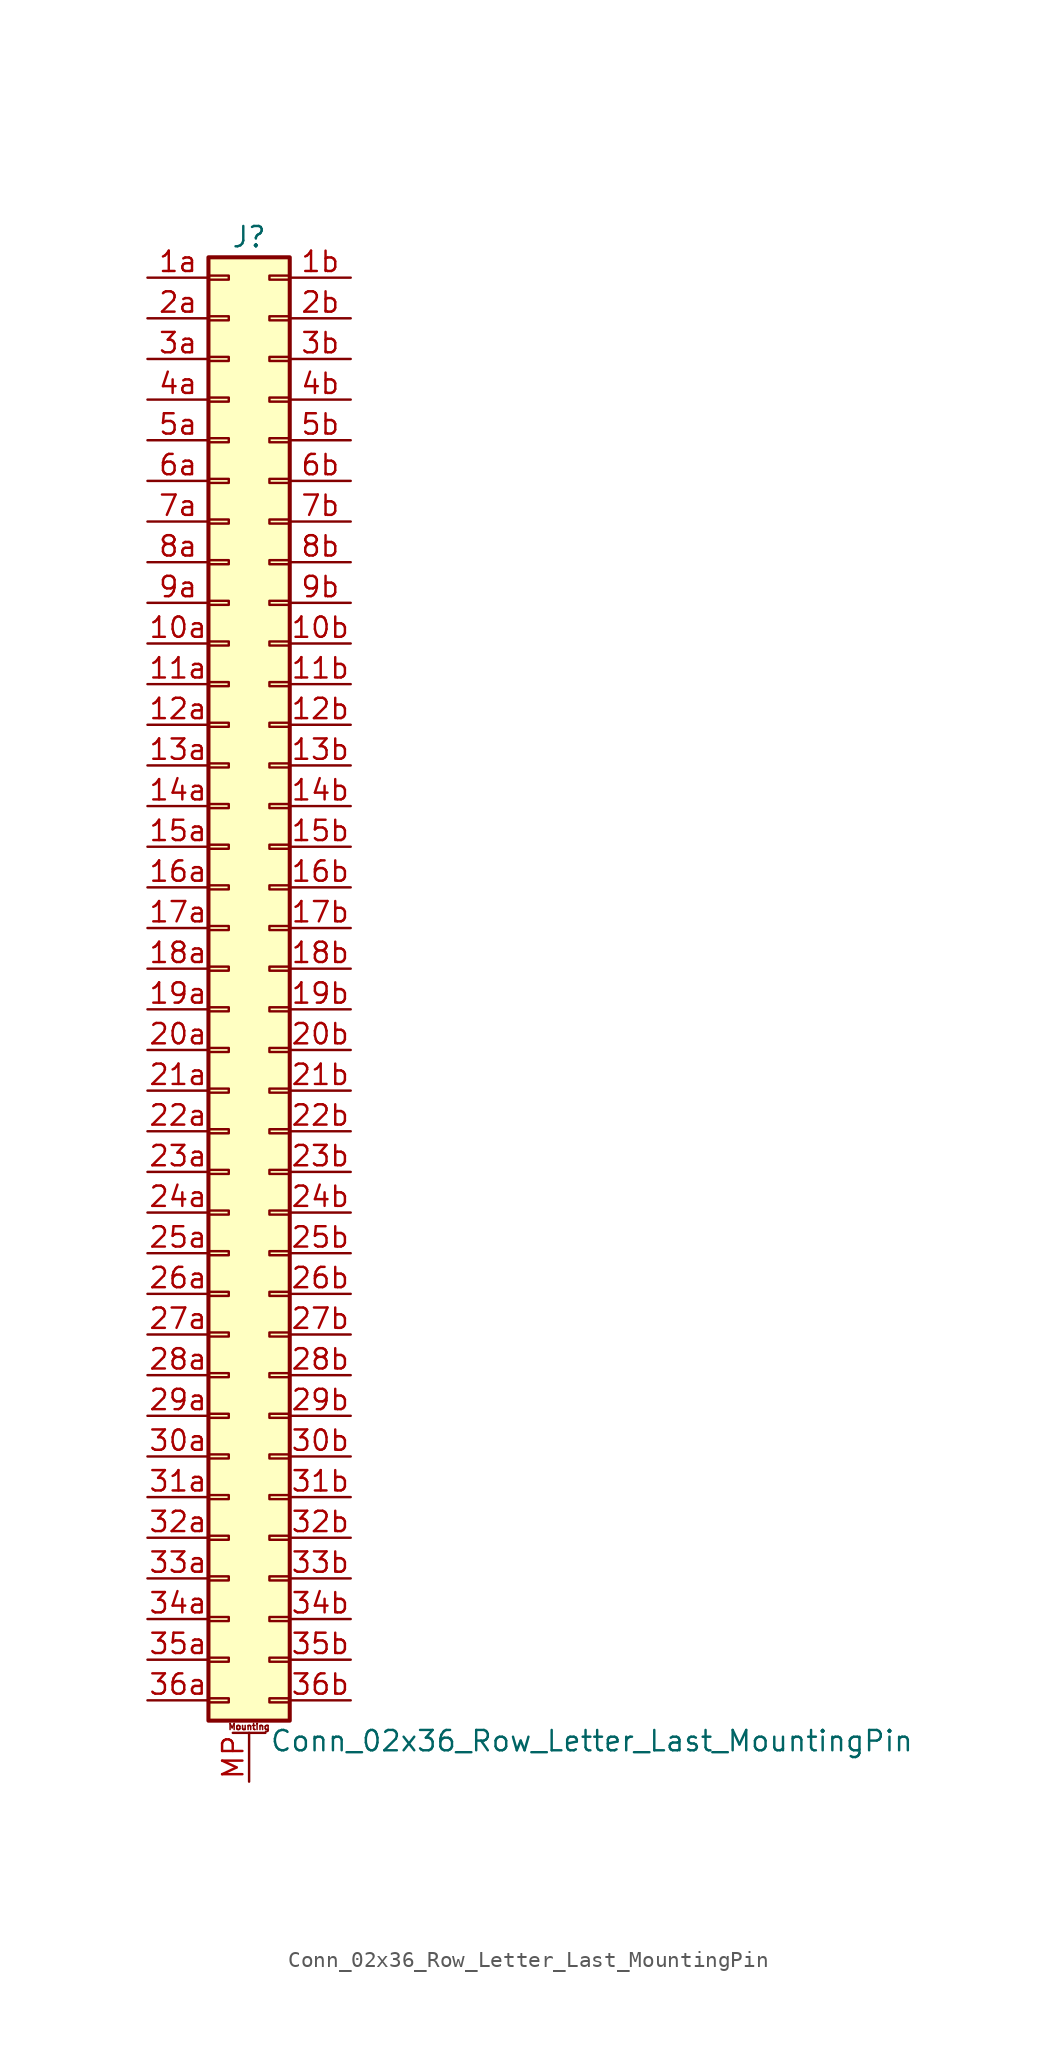
<source format=kicad_sym>
(kicad_symbol_lib
  (version 20201005)
  (generator kicad_symbol_editor)
  (symbol "Conn_02x36_Row_Letter_Last_MountingPin"
    (pin_names
      (offset 1.016) hide)
    (property "Reference" "J"
      (at 1.27 45.72 0)
      (effects (font (size 1.27 1.27))))
    (property "Value" "Conn_02x36_Row_Letter_Last_MountingPin"
      (at 2.54 -48.26 0)
      (effects (font (size 1.27 1.27)) (justify left)))
    (symbol "Conn_02x36_Row_Letter_Last_MountingPin_1_1"
      (text "Mounting" (at 1.27 -47.371 0) (effects (font (size 0.381 0.381))))
      (rectangle (start -1.27 -45.593) (end 0 -45.847) (stroke (width 0.152)) (fill (type none)))
      (rectangle (start -1.27 -43.053) (end 0 -43.307) (stroke (width 0.152)) (fill (type none)))
      (rectangle (start -1.27 -40.513) (end 0 -40.767) (stroke (width 0.152)) (fill (type none)))
      (rectangle (start -1.27 -37.973) (end 0 -38.227) (stroke (width 0.152)) (fill (type none)))
      (rectangle (start -1.27 -35.433) (end 0 -35.687) (stroke (width 0.152)) (fill (type none)))
      (rectangle (start -1.27 -32.893) (end 0 -33.147) (stroke (width 0.152)) (fill (type none)))
      (rectangle (start -1.27 -30.353) (end 0 -30.607) (stroke (width 0.152)) (fill (type none)))
      (rectangle (start -1.27 -27.813) (end 0 -28.067) (stroke (width 0.152)) (fill (type none)))
      (rectangle (start -1.27 -25.273) (end 0 -25.527) (stroke (width 0.152)) (fill (type none)))
      (rectangle (start -1.27 -22.733) (end 0 -22.987) (stroke (width 0.152)) (fill (type none)))
      (rectangle (start -1.27 -20.193) (end 0 -20.447) (stroke (width 0.152)) (fill (type none)))
      (rectangle (start -1.27 -17.653) (end 0 -17.907) (stroke (width 0.152)) (fill (type none)))
      (rectangle (start -1.27 -15.113) (end 0 -15.367) (stroke (width 0.152)) (fill (type none)))
      (rectangle (start -1.27 -12.573) (end 0 -12.827) (stroke (width 0.152)) (fill (type none)))
      (rectangle (start -1.27 -10.033) (end 0 -10.287) (stroke (width 0.152)) (fill (type none)))
      (rectangle (start -1.27 -7.493) (end 0 -7.747) (stroke (width 0.152)) (fill (type none)))
      (rectangle (start -1.27 -4.953) (end 0 -5.207) (stroke (width 0.152)) (fill (type none)))
      (rectangle (start -1.27 -2.413) (end 0 -2.667) (stroke (width 0.152)) (fill (type none)))
      (rectangle (start -1.27 0.127) (end 0 -0.127) (stroke (width 0.152)) (fill (type none)))
      (rectangle (start -1.27 2.667) (end 0 2.413) (stroke (width 0.152)) (fill (type none)))
      (rectangle (start -1.27 5.207) (end 0 4.953) (stroke (width 0.152)) (fill (type none)))
      (rectangle (start -1.27 7.747) (end 0 7.493) (stroke (width 0.152)) (fill (type none)))
      (rectangle (start -1.27 10.287) (end 0 10.033) (stroke (width 0.152)) (fill (type none)))
      (rectangle (start -1.27 12.827) (end 0 12.573) (stroke (width 0.152)) (fill (type none)))
      (rectangle (start -1.27 15.367) (end 0 15.113) (stroke (width 0.152)) (fill (type none)))
      (rectangle (start -1.27 17.907) (end 0 17.653) (stroke (width 0.152)) (fill (type none)))
      (rectangle (start -1.27 20.447) (end 0 20.193) (stroke (width 0.152)) (fill (type none)))
      (rectangle (start -1.27 22.987) (end 0 22.733) (stroke (width 0.152)) (fill (type none)))
      (rectangle (start -1.27 25.527) (end 0 25.273) (stroke (width 0.152)) (fill (type none)))
      (rectangle (start -1.27 28.067) (end 0 27.813) (stroke (width 0.152)) (fill (type none)))
      (rectangle (start -1.27 30.607) (end 0 30.353) (stroke (width 0.152)) (fill (type none)))
      (rectangle (start -1.27 33.147) (end 0 32.893) (stroke (width 0.152)) (fill (type none)))
      (rectangle (start -1.27 35.687) (end 0 35.433) (stroke (width 0.152)) (fill (type none)))
      (rectangle (start -1.27 38.227) (end 0 37.973) (stroke (width 0.152)) (fill (type none)))
      (rectangle (start -1.27 40.767) (end 0 40.513) (stroke (width 0.152)) (fill (type none)))
      (rectangle (start -1.27 43.307) (end 0 43.053) (stroke (width 0.152)) (fill (type none)))
      (rectangle (start -1.27 44.45) (end 3.81 -46.99) (stroke (width 0.254)) (fill (type background)))
      (rectangle (start 3.81 -45.593) (end 2.54 -45.847) (stroke (width 0.152)) (fill (type none)))
      (rectangle (start 3.81 -43.053) (end 2.54 -43.307) (stroke (width 0.152)) (fill (type none)))
      (rectangle (start 3.81 -40.513) (end 2.54 -40.767) (stroke (width 0.152)) (fill (type none)))
      (rectangle (start 3.81 -37.973) (end 2.54 -38.227) (stroke (width 0.152)) (fill (type none)))
      (rectangle (start 3.81 -35.433) (end 2.54 -35.687) (stroke (width 0.152)) (fill (type none)))
      (rectangle (start 3.81 -32.893) (end 2.54 -33.147) (stroke (width 0.152)) (fill (type none)))
      (rectangle (start 3.81 -30.353) (end 2.54 -30.607) (stroke (width 0.152)) (fill (type none)))
      (rectangle (start 3.81 -27.813) (end 2.54 -28.067) (stroke (width 0.152)) (fill (type none)))
      (rectangle (start 3.81 -25.273) (end 2.54 -25.527) (stroke (width 0.152)) (fill (type none)))
      (rectangle (start 3.81 -22.733) (end 2.54 -22.987) (stroke (width 0.152)) (fill (type none)))
      (rectangle (start 3.81 -20.193) (end 2.54 -20.447) (stroke (width 0.152)) (fill (type none)))
      (rectangle (start 3.81 -17.653) (end 2.54 -17.907) (stroke (width 0.152)) (fill (type none)))
      (rectangle (start 3.81 -15.113) (end 2.54 -15.367) (stroke (width 0.152)) (fill (type none)))
      (rectangle (start 3.81 -12.573) (end 2.54 -12.827) (stroke (width 0.152)) (fill (type none)))
      (rectangle (start 3.81 -10.033) (end 2.54 -10.287) (stroke (width 0.152)) (fill (type none)))
      (rectangle (start 3.81 -7.493) (end 2.54 -7.747) (stroke (width 0.152)) (fill (type none)))
      (rectangle (start 3.81 -4.953) (end 2.54 -5.207) (stroke (width 0.152)) (fill (type none)))
      (rectangle (start 3.81 -2.413) (end 2.54 -2.667) (stroke (width 0.152)) (fill (type none)))
      (rectangle (start 3.81 0.127) (end 2.54 -0.127) (stroke (width 0.152)) (fill (type none)))
      (rectangle (start 3.81 2.667) (end 2.54 2.413) (stroke (width 0.152)) (fill (type none)))
      (rectangle (start 3.81 5.207) (end 2.54 4.953) (stroke (width 0.152)) (fill (type none)))
      (rectangle (start 3.81 7.747) (end 2.54 7.493) (stroke (width 0.152)) (fill (type none)))
      (rectangle (start 3.81 10.287) (end 2.54 10.033) (stroke (width 0.152)) (fill (type none)))
      (rectangle (start 3.81 12.827) (end 2.54 12.573) (stroke (width 0.152)) (fill (type none)))
      (rectangle (start 3.81 15.367) (end 2.54 15.113) (stroke (width 0.152)) (fill (type none)))
      (rectangle (start 3.81 17.907) (end 2.54 17.653) (stroke (width 0.152)) (fill (type none)))
      (rectangle (start 3.81 20.447) (end 2.54 20.193) (stroke (width 0.152)) (fill (type none)))
      (rectangle (start 3.81 22.987) (end 2.54 22.733) (stroke (width 0.152)) (fill (type none)))
      (rectangle (start 3.81 25.527) (end 2.54 25.273) (stroke (width 0.152)) (fill (type none)))
      (rectangle (start 3.81 28.067) (end 2.54 27.813) (stroke (width 0.152)) (fill (type none)))
      (rectangle (start 3.81 30.607) (end 2.54 30.353) (stroke (width 0.152)) (fill (type none)))
      (rectangle (start 3.81 33.147) (end 2.54 32.893) (stroke (width 0.152)) (fill (type none)))
      (rectangle (start 3.81 35.687) (end 2.54 35.433) (stroke (width 0.152)) (fill (type none)))
      (rectangle (start 3.81 38.227) (end 2.54 37.973) (stroke (width 0.152)) (fill (type none)))
      (rectangle (start 3.81 40.767) (end 2.54 40.513) (stroke (width 0.152)) (fill (type none)))
      (rectangle (start 3.81 43.307) (end 2.54 43.053) (stroke (width 0.152)) (fill (type none)))
      (polyline (pts (xy 0.254 -47.752) (xy 2.286 -47.752)) (stroke (width 0.152)) (fill (type none)))
      (pin passive line (at -5.08 20.32 0) (length 3.81) (name "Pin_10a" (effects (font (size 1.27 1.27)))) (number "10a" (effects (font (size 1.27 1.27)))))
      (pin passive line (at 7.62 20.32 180) (length 3.81) (name "Pin_10b" (effects (font (size 1.27 1.27)))) (number "10b" (effects (font (size 1.27 1.27)))))
      (pin passive line (at -5.08 17.78 0) (length 3.81) (name "Pin_11a" (effects (font (size 1.27 1.27)))) (number "11a" (effects (font (size 1.27 1.27)))))
      (pin passive line (at 7.62 17.78 180) (length 3.81) (name "Pin_11b" (effects (font (size 1.27 1.27)))) (number "11b" (effects (font (size 1.27 1.27)))))
      (pin passive line (at -5.08 15.24 0) (length 3.81) (name "Pin_12a" (effects (font (size 1.27 1.27)))) (number "12a" (effects (font (size 1.27 1.27)))))
      (pin passive line (at 7.62 15.24 180) (length 3.81) (name "Pin_12b" (effects (font (size 1.27 1.27)))) (number "12b" (effects (font (size 1.27 1.27)))))
      (pin passive line (at -5.08 12.7 0) (length 3.81) (name "Pin_13a" (effects (font (size 1.27 1.27)))) (number "13a" (effects (font (size 1.27 1.27)))))
      (pin passive line (at 7.62 12.7 180) (length 3.81) (name "Pin_13b" (effects (font (size 1.27 1.27)))) (number "13b" (effects (font (size 1.27 1.27)))))
      (pin passive line (at -5.08 10.16 0) (length 3.81) (name "Pin_14a" (effects (font (size 1.27 1.27)))) (number "14a" (effects (font (size 1.27 1.27)))))
      (pin passive line (at 7.62 10.16 180) (length 3.81) (name "Pin_14b" (effects (font (size 1.27 1.27)))) (number "14b" (effects (font (size 1.27 1.27)))))
      (pin passive line (at -5.08 7.62 0) (length 3.81) (name "Pin_15a" (effects (font (size 1.27 1.27)))) (number "15a" (effects (font (size 1.27 1.27)))))
      (pin passive line (at 7.62 7.62 180) (length 3.81) (name "Pin_15b" (effects (font (size 1.27 1.27)))) (number "15b" (effects (font (size 1.27 1.27)))))
      (pin passive line (at -5.08 5.08 0) (length 3.81) (name "Pin_16a" (effects (font (size 1.27 1.27)))) (number "16a" (effects (font (size 1.27 1.27)))))
      (pin passive line (at 7.62 5.08 180) (length 3.81) (name "Pin_16b" (effects (font (size 1.27 1.27)))) (number "16b" (effects (font (size 1.27 1.27)))))
      (pin passive line (at -5.08 2.54 0) (length 3.81) (name "Pin_17a" (effects (font (size 1.27 1.27)))) (number "17a" (effects (font (size 1.27 1.27)))))
      (pin passive line (at 7.62 2.54 180) (length 3.81) (name "Pin_17b" (effects (font (size 1.27 1.27)))) (number "17b" (effects (font (size 1.27 1.27)))))
      (pin passive line (at -5.08 0 0) (length 3.81) (name "Pin_18a" (effects (font (size 1.27 1.27)))) (number "18a" (effects (font (size 1.27 1.27)))))
      (pin passive line (at 7.62 0 180) (length 3.81) (name "Pin_18b" (effects (font (size 1.27 1.27)))) (number "18b" (effects (font (size 1.27 1.27)))))
      (pin passive line (at -5.08 -2.54 0) (length 3.81) (name "Pin_19a" (effects (font (size 1.27 1.27)))) (number "19a" (effects (font (size 1.27 1.27)))))
      (pin passive line (at 7.62 -2.54 180) (length 3.81) (name "Pin_19b" (effects (font (size 1.27 1.27)))) (number "19b" (effects (font (size 1.27 1.27)))))
      (pin passive line (at -5.08 43.18 0) (length 3.81) (name "Pin_1a" (effects (font (size 1.27 1.27)))) (number "1a" (effects (font (size 1.27 1.27)))))
      (pin passive line (at 7.62 43.18 180) (length 3.81) (name "Pin_1b" (effects (font (size 1.27 1.27)))) (number "1b" (effects (font (size 1.27 1.27)))))
      (pin passive line (at -5.08 -5.08 0) (length 3.81) (name "Pin_20a" (effects (font (size 1.27 1.27)))) (number "20a" (effects (font (size 1.27 1.27)))))
      (pin passive line (at 7.62 -5.08 180) (length 3.81) (name "Pin_20b" (effects (font (size 1.27 1.27)))) (number "20b" (effects (font (size 1.27 1.27)))))
      (pin passive line (at -5.08 -7.62 0) (length 3.81) (name "Pin_21a" (effects (font (size 1.27 1.27)))) (number "21a" (effects (font (size 1.27 1.27)))))
      (pin passive line (at 7.62 -7.62 180) (length 3.81) (name "Pin_21b" (effects (font (size 1.27 1.27)))) (number "21b" (effects (font (size 1.27 1.27)))))
      (pin passive line (at -5.08 -10.16 0) (length 3.81) (name "Pin_22a" (effects (font (size 1.27 1.27)))) (number "22a" (effects (font (size 1.27 1.27)))))
      (pin passive line (at 7.62 -10.16 180) (length 3.81) (name "Pin_22b" (effects (font (size 1.27 1.27)))) (number "22b" (effects (font (size 1.27 1.27)))))
      (pin passive line (at -5.08 -12.7 0) (length 3.81) (name "Pin_23a" (effects (font (size 1.27 1.27)))) (number "23a" (effects (font (size 1.27 1.27)))))
      (pin passive line (at 7.62 -12.7 180) (length 3.81) (name "Pin_23b" (effects (font (size 1.27 1.27)))) (number "23b" (effects (font (size 1.27 1.27)))))
      (pin passive line (at -5.08 -15.24 0) (length 3.81) (name "Pin_24a" (effects (font (size 1.27 1.27)))) (number "24a" (effects (font (size 1.27 1.27)))))
      (pin passive line (at 7.62 -15.24 180) (length 3.81) (name "Pin_24b" (effects (font (size 1.27 1.27)))) (number "24b" (effects (font (size 1.27 1.27)))))
      (pin passive line (at -5.08 -17.78 0) (length 3.81) (name "Pin_25a" (effects (font (size 1.27 1.27)))) (number "25a" (effects (font (size 1.27 1.27)))))
      (pin passive line (at 7.62 -17.78 180) (length 3.81) (name "Pin_25b" (effects (font (size 1.27 1.27)))) (number "25b" (effects (font (size 1.27 1.27)))))
      (pin passive line (at -5.08 -20.32 0) (length 3.81) (name "Pin_26a" (effects (font (size 1.27 1.27)))) (number "26a" (effects (font (size 1.27 1.27)))))
      (pin passive line (at 7.62 -20.32 180) (length 3.81) (name "Pin_26b" (effects (font (size 1.27 1.27)))) (number "26b" (effects (font (size 1.27 1.27)))))
      (pin passive line (at -5.08 -22.86 0) (length 3.81) (name "Pin_27a" (effects (font (size 1.27 1.27)))) (number "27a" (effects (font (size 1.27 1.27)))))
      (pin passive line (at 7.62 -22.86 180) (length 3.81) (name "Pin_27b" (effects (font (size 1.27 1.27)))) (number "27b" (effects (font (size 1.27 1.27)))))
      (pin passive line (at -5.08 -25.4 0) (length 3.81) (name "Pin_28a" (effects (font (size 1.27 1.27)))) (number "28a" (effects (font (size 1.27 1.27)))))
      (pin passive line (at 7.62 -25.4 180) (length 3.81) (name "Pin_28b" (effects (font (size 1.27 1.27)))) (number "28b" (effects (font (size 1.27 1.27)))))
      (pin passive line (at -5.08 -27.94 0) (length 3.81) (name "Pin_29a" (effects (font (size 1.27 1.27)))) (number "29a" (effects (font (size 1.27 1.27)))))
      (pin passive line (at 7.62 -27.94 180) (length 3.81) (name "Pin_29b" (effects (font (size 1.27 1.27)))) (number "29b" (effects (font (size 1.27 1.27)))))
      (pin passive line (at -5.08 40.64 0) (length 3.81) (name "Pin_2a" (effects (font (size 1.27 1.27)))) (number "2a" (effects (font (size 1.27 1.27)))))
      (pin passive line (at 7.62 40.64 180) (length 3.81) (name "Pin_2b" (effects (font (size 1.27 1.27)))) (number "2b" (effects (font (size 1.27 1.27)))))
      (pin passive line (at -5.08 -30.48 0) (length 3.81) (name "Pin_30a" (effects (font (size 1.27 1.27)))) (number "30a" (effects (font (size 1.27 1.27)))))
      (pin passive line (at 7.62 -30.48 180) (length 3.81) (name "Pin_30b" (effects (font (size 1.27 1.27)))) (number "30b" (effects (font (size 1.27 1.27)))))
      (pin passive line (at -5.08 -33.02 0) (length 3.81) (name "Pin_31a" (effects (font (size 1.27 1.27)))) (number "31a" (effects (font (size 1.27 1.27)))))
      (pin passive line (at 7.62 -33.02 180) (length 3.81) (name "Pin_31b" (effects (font (size 1.27 1.27)))) (number "31b" (effects (font (size 1.27 1.27)))))
      (pin passive line (at -5.08 -35.56 0) (length 3.81) (name "Pin_32a" (effects (font (size 1.27 1.27)))) (number "32a" (effects (font (size 1.27 1.27)))))
      (pin passive line (at 7.62 -35.56 180) (length 3.81) (name "Pin_32b" (effects (font (size 1.27 1.27)))) (number "32b" (effects (font (size 1.27 1.27)))))
      (pin passive line (at -5.08 -38.1 0) (length 3.81) (name "Pin_33a" (effects (font (size 1.27 1.27)))) (number "33a" (effects (font (size 1.27 1.27)))))
      (pin passive line (at 7.62 -38.1 180) (length 3.81) (name "Pin_33b" (effects (font (size 1.27 1.27)))) (number "33b" (effects (font (size 1.27 1.27)))))
      (pin passive line (at -5.08 -40.64 0) (length 3.81) (name "Pin_34a" (effects (font (size 1.27 1.27)))) (number "34a" (effects (font (size 1.27 1.27)))))
      (pin passive line (at 7.62 -40.64 180) (length 3.81) (name "Pin_34b" (effects (font (size 1.27 1.27)))) (number "34b" (effects (font (size 1.27 1.27)))))
      (pin passive line (at -5.08 -43.18 0) (length 3.81) (name "Pin_35a" (effects (font (size 1.27 1.27)))) (number "35a" (effects (font (size 1.27 1.27)))))
      (pin passive line (at 7.62 -43.18 180) (length 3.81) (name "Pin_35b" (effects (font (size 1.27 1.27)))) (number "35b" (effects (font (size 1.27 1.27)))))
      (pin passive line (at -5.08 -45.72 0) (length 3.81) (name "Pin_36a" (effects (font (size 1.27 1.27)))) (number "36a" (effects (font (size 1.27 1.27)))))
      (pin passive line (at 7.62 -45.72 180) (length 3.81) (name "Pin_36b" (effects (font (size 1.27 1.27)))) (number "36b" (effects (font (size 1.27 1.27)))))
      (pin passive line (at -5.08 38.1 0) (length 3.81) (name "Pin_3a" (effects (font (size 1.27 1.27)))) (number "3a" (effects (font (size 1.27 1.27)))))
      (pin passive line (at 7.62 38.1 180) (length 3.81) (name "Pin_3b" (effects (font (size 1.27 1.27)))) (number "3b" (effects (font (size 1.27 1.27)))))
      (pin passive line (at -5.08 35.56 0) (length 3.81) (name "Pin_4a" (effects (font (size 1.27 1.27)))) (number "4a" (effects (font (size 1.27 1.27)))))
      (pin passive line (at 7.62 35.56 180) (length 3.81) (name "Pin_4b" (effects (font (size 1.27 1.27)))) (number "4b" (effects (font (size 1.27 1.27)))))
      (pin passive line (at -5.08 33.02 0) (length 3.81) (name "Pin_5a" (effects (font (size 1.27 1.27)))) (number "5a" (effects (font (size 1.27 1.27)))))
      (pin passive line (at 7.62 33.02 180) (length 3.81) (name "Pin_5b" (effects (font (size 1.27 1.27)))) (number "5b" (effects (font (size 1.27 1.27)))))
      (pin passive line (at -5.08 30.48 0) (length 3.81) (name "Pin_6a" (effects (font (size 1.27 1.27)))) (number "6a" (effects (font (size 1.27 1.27)))))
      (pin passive line (at 7.62 30.48 180) (length 3.81) (name "Pin_6b" (effects (font (size 1.27 1.27)))) (number "6b" (effects (font (size 1.27 1.27)))))
      (pin passive line (at -5.08 27.94 0) (length 3.81) (name "Pin_7a" (effects (font (size 1.27 1.27)))) (number "7a" (effects (font (size 1.27 1.27)))))
      (pin passive line (at 7.62 27.94 180) (length 3.81) (name "Pin_7b" (effects (font (size 1.27 1.27)))) (number "7b" (effects (font (size 1.27 1.27)))))
      (pin passive line (at -5.08 25.4 0) (length 3.81) (name "Pin_8a" (effects (font (size 1.27 1.27)))) (number "8a" (effects (font (size 1.27 1.27)))))
      (pin passive line (at 7.62 25.4 180) (length 3.81) (name "Pin_8b" (effects (font (size 1.27 1.27)))) (number "8b" (effects (font (size 1.27 1.27)))))
      (pin passive line (at -5.08 22.86 0) (length 3.81) (name "Pin_9a" (effects (font (size 1.27 1.27)))) (number "9a" (effects (font (size 1.27 1.27)))))
      (pin passive line (at 7.62 22.86 180) (length 3.81) (name "Pin_9b" (effects (font (size 1.27 1.27)))) (number "9b" (effects (font (size 1.27 1.27)))))
      (pin passive line (at 1.27 -50.8 90) (length 3.048) (name "MountPin" (effects (font (size 1.27 1.27)))) (number "MP" (effects (font (size 1.27 1.27))))))))
</source>
